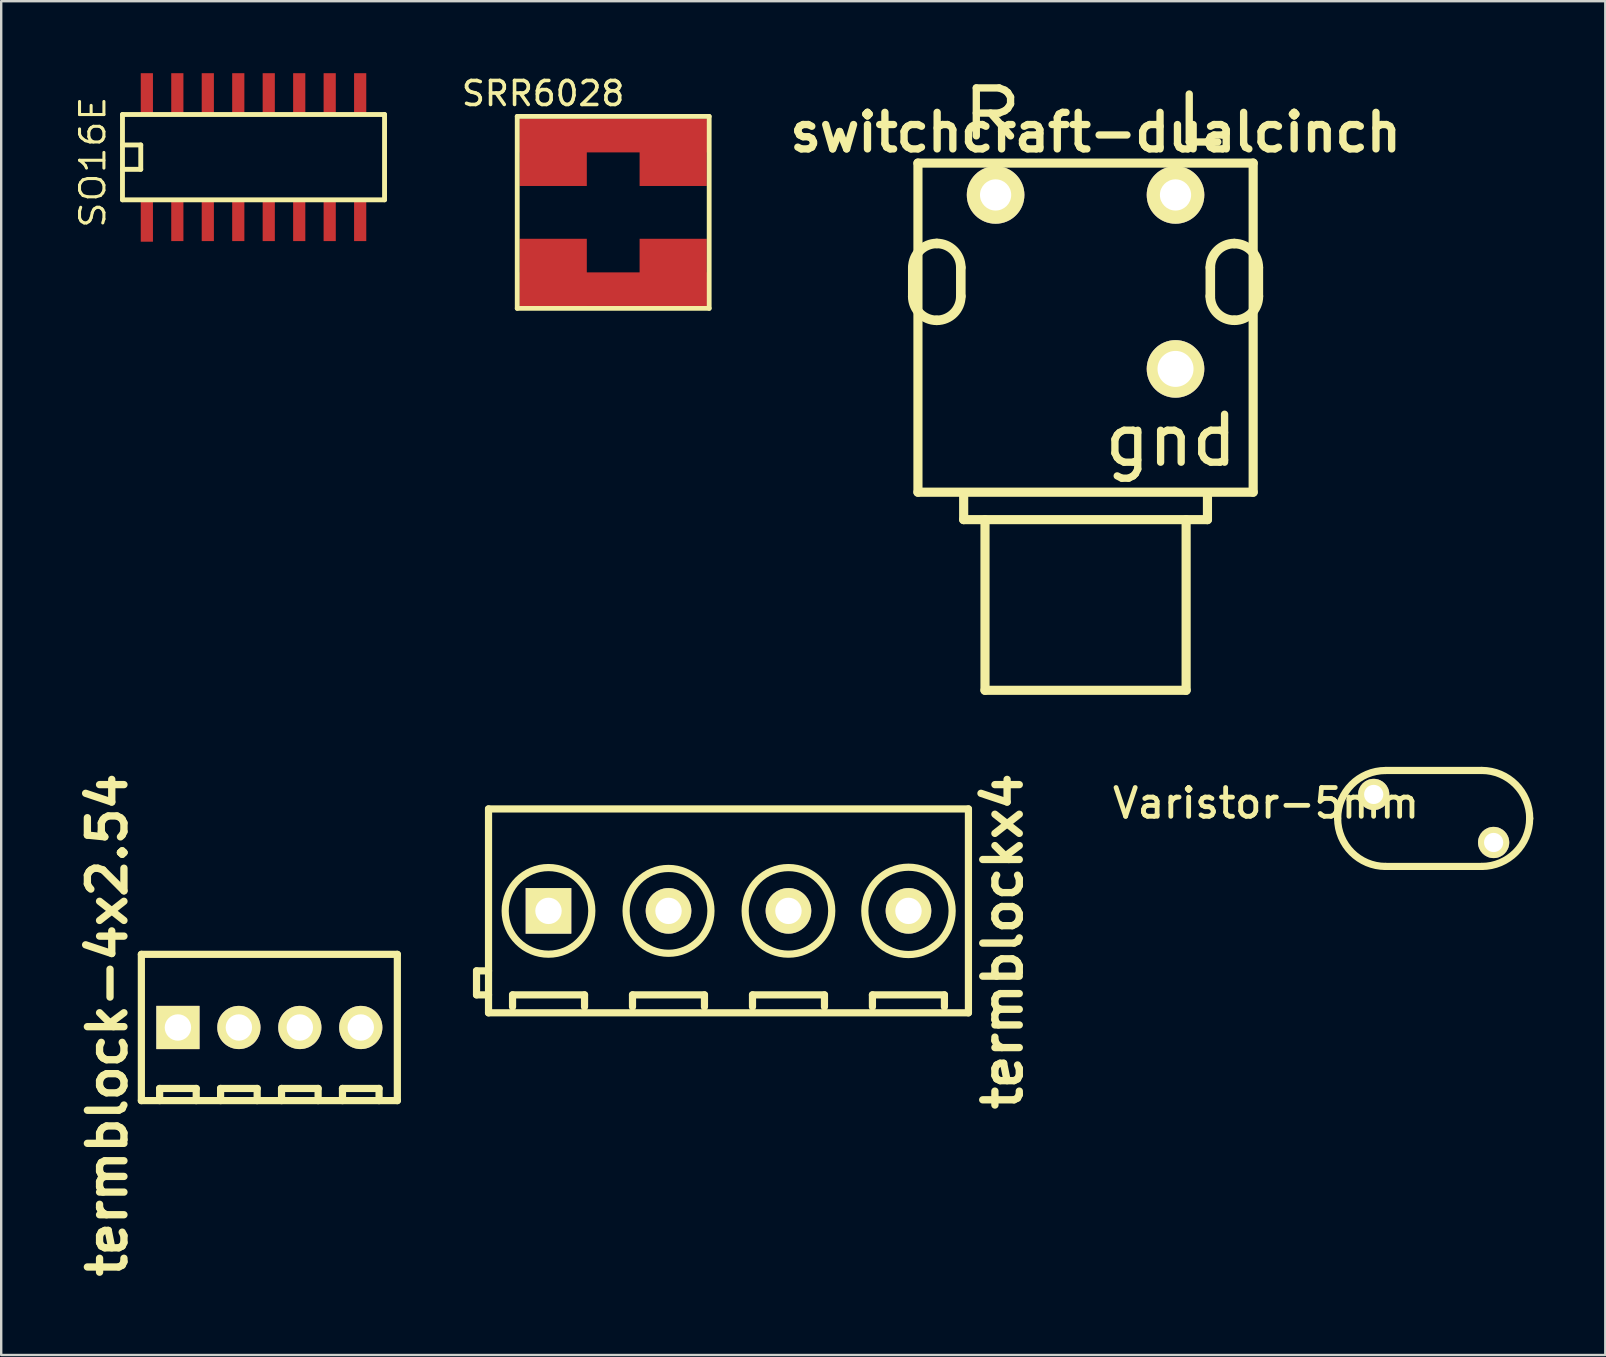
<source format=kicad_pcb>
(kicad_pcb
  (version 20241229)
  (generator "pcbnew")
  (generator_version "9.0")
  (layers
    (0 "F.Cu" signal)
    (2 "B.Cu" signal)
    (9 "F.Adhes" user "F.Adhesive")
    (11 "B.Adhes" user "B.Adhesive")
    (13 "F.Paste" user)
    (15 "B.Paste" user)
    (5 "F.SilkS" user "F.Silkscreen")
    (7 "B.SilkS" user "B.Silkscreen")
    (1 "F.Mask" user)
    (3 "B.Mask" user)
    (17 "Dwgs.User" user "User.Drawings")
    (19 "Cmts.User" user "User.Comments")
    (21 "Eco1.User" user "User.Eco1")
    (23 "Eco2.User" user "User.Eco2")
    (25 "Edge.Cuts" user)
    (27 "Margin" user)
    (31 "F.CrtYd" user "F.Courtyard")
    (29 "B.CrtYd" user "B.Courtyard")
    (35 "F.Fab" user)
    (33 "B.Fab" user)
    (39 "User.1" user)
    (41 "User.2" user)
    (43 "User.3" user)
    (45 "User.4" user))
  (footprint "Varistor-5mm"
    (layer "F.Cu")
    (at 56.697 31.059)
    (property "Reference" "Varistor-5mm" (at -6.985 -0.635 0) (layer "F.SilkS") (effects (font (size 1.199 1.199) (thickness 0.201))))
    (attr through_hole)
    (fp_line (start -1.999 -1.999) (end 1.999 -1.999) (stroke (width 0.3) (type solid)) (layer "F.SilkS"))
    (fp_line (start -1.999 1.999) (end 1.999 1.999) (stroke (width 0.3) (type solid)) (layer "F.SilkS"))
    (fp_arc (start -4.0005 0) (mid -3.415012 -1.413492) (end -2.00152 -1.99898) (stroke (width 0.29972) (type solid)) (layer "F.SilkS"))
    (fp_arc (start -2.00152 1.99898) (mid -3.415012 1.413492) (end -4.0005 0) (stroke (width 0.29972) (type solid)) (layer "F.SilkS"))
    (fp_arc (start 2.00152 -2.00152) (mid 3.416808 -1.415288) (end 4.00304 0) (stroke (width 0.29972) (type solid)) (layer "F.SilkS"))
    (fp_arc (start 4.0005 0) (mid 3.415012 1.413492) (end 2.00152 1.99898) (stroke (width 0.29972) (type solid)) (layer "F.SilkS"))
    (pad "1" thru_hole circle (at 2.499 1.001) (size 1.3 1.3) (drill 0.8) (layers "*.Cu" "*.Mask" "F.SilkS"))
    (pad "2" thru_hole circle (at -2.499 -1.001) (size 1.3 1.3) (drill 0.8) (layers "*.Cu" "*.Mask" "F.SilkS")))
  (footprint "termblock-4x2.54"
    (layer "F.Cu")
    (at 8.175 39.77)
    (property "Reference" "termblock-4x2.54" (at -6.749 -0.107 90) (layer "F.SilkS") (effects (font (size 1.524 1.524) (thickness 0.305))))
    (attr through_hole)
    (fp_line (start -5.334 -3.048) (end 5.334 -3.048) (stroke (width 0.3) (type solid)) (layer "F.SilkS"))
    (fp_line (start -5.334 3.048) (end -5.334 -3.048) (stroke (width 0.3) (type solid)) (layer "F.SilkS"))
    (fp_line (start -4.572 2.54) (end -3.048 2.54) (stroke (width 0.3) (type solid)) (layer "F.SilkS"))
    (fp_line (start -4.572 3.048) (end -4.572 2.54) (stroke (width 0.3) (type solid)) (layer "F.SilkS"))
    (fp_line (start -3.048 2.54) (end -3.048 3.048) (stroke (width 0.3) (type solid)) (layer "F.SilkS"))
    (fp_line (start -2.032 2.54) (end -0.508 2.54) (stroke (width 0.3) (type solid)) (layer "F.SilkS"))
    (fp_line (start -2.032 3.048) (end -2.032 2.54) (stroke (width 0.3) (type solid)) (layer "F.SilkS"))
    (fp_line (start -0.508 2.54) (end -0.508 3.048) (stroke (width 0.3) (type solid)) (layer "F.SilkS"))
    (fp_line (start 0.508 2.54) (end 2.032 2.54) (stroke (width 0.3) (type solid)) (layer "F.SilkS"))
    (fp_line (start 0.508 3.048) (end 0.508 2.54) (stroke (width 0.3) (type solid)) (layer "F.SilkS"))
    (fp_line (start 2.032 2.54) (end 2.032 3.048) (stroke (width 0.3) (type solid)) (layer "F.SilkS"))
    (fp_line (start 3.048 2.54) (end 4.572 2.54) (stroke (width 0.3) (type solid)) (layer "F.SilkS"))
    (fp_line (start 3.048 3.048) (end 3.048 2.54) (stroke (width 0.3) (type solid)) (layer "F.SilkS"))
    (fp_line (start 4.572 2.54) (end 4.572 3.048) (stroke (width 0.3) (type solid)) (layer "F.SilkS"))
    (fp_line (start 5.334 -3.048) (end 5.334 3.048) (stroke (width 0.3) (type solid)) (layer "F.SilkS"))
    (fp_line (start 5.334 3.048) (end -5.334 3.048) (stroke (width 0.3) (type solid)) (layer "F.SilkS"))
    (pad "1" thru_hole rect (at -3.81 0) (size 1.801 1.801) (drill 1.1) (layers "*.Cu" "*.Mask" "F.SilkS"))
    (pad "2" thru_hole circle (at -1.27 0) (size 1.801 1.801) (drill 1.1) (layers "*.Cu" "*.Mask" "F.SilkS"))
    (pad "3" thru_hole circle (at 1.27 0) (size 1.801 1.801) (drill 1.1) (layers "*.Cu" "*.Mask" "F.SilkS"))
    (pad "4" thru_hole circle (at 3.81 0) (size 1.801 1.801) (drill 1.1) (layers "*.Cu" "*.Mask" "F.SilkS")))
  (footprint "termblockx4"
    (layer "F.Cu")
    (at 27.309 34.91)
    (property "Reference" "termblockx4" (at 11.43 1.27 90) (layer "F.SilkS") (effects (font (size 1.524 1.524) (thickness 0.305))))
    (attr through_hole)
    (fp_line (start -10.5 2.499) (end -10 2.499) (stroke (width 0.3) (type solid)) (layer "F.SilkS"))
    (fp_line (start -10.5 3.5) (end -10.5 2.499) (stroke (width 0.3) (type solid)) (layer "F.SilkS"))
    (fp_line (start -10 -4.249) (end 10 -4.249) (stroke (width 0.3) (type solid)) (layer "F.SilkS"))
    (fp_line (start -10 3.5) (end -10.5 3.5) (stroke (width 0.3) (type solid)) (layer "F.SilkS"))
    (fp_line (start -10 4.249) (end -10 -4.249) (stroke (width 0.3) (type solid)) (layer "F.SilkS"))
    (fp_line (start -8.999 3.5) (end -5.999 3.5) (stroke (width 0.3) (type solid)) (layer "F.SilkS"))
    (fp_line (start -8.999 4) (end -8.999 3.5) (stroke (width 0.3) (type solid)) (layer "F.SilkS"))
    (fp_line (start -5.999 3.5) (end -5.999 4) (stroke (width 0.3) (type solid)) (layer "F.SilkS"))
    (fp_line (start -4 3.5) (end -1.001 3.5) (stroke (width 0.3) (type solid)) (layer "F.SilkS"))
    (fp_line (start -4 4) (end -4 3.5) (stroke (width 0.3) (type solid)) (layer "F.SilkS"))
    (fp_line (start -1.001 3.5) (end -1.001 4) (stroke (width 0.3) (type solid)) (layer "F.SilkS"))
    (fp_line (start 1.001 3.5) (end 1.001 4) (stroke (width 0.3) (type solid)) (layer "F.SilkS"))
    (fp_line (start 4 3.5) (end 1.001 3.5) (stroke (width 0.3) (type solid)) (layer "F.SilkS"))
    (fp_line (start 4 3.5) (end 4 4) (stroke (width 0.3) (type solid)) (layer "F.SilkS"))
    (fp_line (start 5.999 3.5) (end 5.999 4) (stroke (width 0.3) (type solid)) (layer "F.SilkS"))
    (fp_line (start 8.999 3.5) (end 5.999 3.5) (stroke (width 0.3) (type solid)) (layer "F.SilkS"))
    (fp_line (start 8.999 3.5) (end 8.999 4) (stroke (width 0.3) (type solid)) (layer "F.SilkS"))
    (fp_line (start 10 -4.249) (end 10 4.249) (stroke (width 0.3) (type solid)) (layer "F.SilkS"))
    (fp_line (start 10 4.249) (end -10 4.249) (stroke (width 0.3) (type solid)) (layer "F.SilkS"))
    (fp_circle (center -7.501 0) (end -5.999 -1.001) (stroke (width 0.3) (type solid)) (fill no) (layer "F.SilkS"))
    (fp_circle (center -2.499 0) (end -3.749 1.25) (stroke (width 0.3) (type solid)) (fill no) (layer "F.SilkS"))
    (fp_circle (center 2.499 0) (end 4 -1.001) (stroke (width 0.3) (type solid)) (fill no) (layer "F.SilkS"))
    (fp_circle (center 7.501 0) (end 8.001 -1.75) (stroke (width 0.3) (type solid)) (fill no) (layer "F.SilkS"))
    (pad "1" thru_hole rect (at -7.501 0) (size 1.9 1.9) (drill 1.1) (layers "*.Cu" "*.Mask" "F.SilkS"))
    (pad "2" thru_hole circle (at -2.499 0) (size 1.9 1.9) (drill 1.1) (layers "*.Cu" "*.Mask" "F.SilkS"))
    (pad "3" thru_hole circle (at 2.499 0) (size 1.9 1.9) (drill 1.1) (layers "*.Cu" "*.Mask" "F.SilkS"))
    (pad "4" thru_hole circle (at 7.501 0) (size 1.9 1.9) (drill 1.1) (layers "*.Cu" "*.Mask" "F.SilkS")))
  (footprint "switchcraft-dualcinch"
    (layer "F.Cu")
    (at 42.19 8.699)
    (property "Reference" "switchcraft-dualcinch" (at 0.419 -6.233 0) (layer "F.SilkS") (effects (font (size 1.524 1.524) (thickness 0.305))))
    (attr through_hole)
    (fp_line (start -7.201 -0.599) (end -7.201 0.599) (stroke (width 0.399) (type solid)) (layer "F.SilkS"))
    (fp_line (start -6.985 -4.953) (end -6.985 8.763) (stroke (width 0.381) (type solid)) (layer "F.SilkS"))
    (fp_line (start -6.985 8.763) (end 6.985 8.763) (stroke (width 0.381) (type solid)) (layer "F.SilkS"))
    (fp_line (start -5.199 -0.599) (end -5.199 0.599) (stroke (width 0.399) (type solid)) (layer "F.SilkS"))
    (fp_line (start -5.08 9.906) (end -5.08 8.89) (stroke (width 0.381) (type solid)) (layer "F.SilkS"))
    (fp_line (start -5.08 9.906) (end 5.08 9.906) (stroke (width 0.381) (type solid)) (layer "F.SilkS"))
    (fp_line (start -4.191 17.018) (end -4.191 9.906) (stroke (width 0.381) (type solid)) (layer "F.SilkS"))
    (fp_line (start -4.191 17.018) (end 4.191 17.018) (stroke (width 0.381) (type solid)) (layer "F.SilkS"))
    (fp_line (start 4.191 17.018) (end 4.191 9.906) (stroke (width 0.381) (type solid)) (layer "F.SilkS"))
    (fp_line (start 5.08 9.906) (end 5.08 8.89) (stroke (width 0.381) (type solid)) (layer "F.SilkS"))
    (fp_line (start 5.199 -0.599) (end 5.199 0.599) (stroke (width 0.399) (type solid)) (layer "F.SilkS"))
    (fp_line (start 6.985 -4.953) (end -6.985 -4.953) (stroke (width 0.381) (type solid)) (layer "F.SilkS"))
    (fp_line (start 6.985 8.763) (end 6.985 -4.953) (stroke (width 0.381) (type solid)) (layer "F.SilkS"))
    (fp_line (start 7.201 -0.599) (end 7.201 0.599) (stroke (width 0.399) (type solid)) (layer "F.SilkS"))
    (fp_arc (start -7.19836 -0.60198) (mid -6.905244 -1.309624) (end -6.1976 -1.60274) (stroke (width 0.39878) (type solid)) (layer "F.SilkS"))
    (fp_arc (start -6.20268 1.6002) (mid -6.910324 1.307084) (end -7.20344 0.59944) (stroke (width 0.39878) (type solid)) (layer "F.SilkS"))
    (fp_arc (start -6.20014 -1.60274) (mid -5.492496 -1.309624) (end -5.19938 -0.60198) (stroke (width 0.39878) (type solid)) (layer "F.SilkS"))
    (fp_arc (start -5.19938 0.59944) (mid -5.492496 1.307084) (end -6.20014 1.6002) (stroke (width 0.39878) (type solid)) (layer "F.SilkS"))
    (fp_arc (start 5.19938 -0.59944) (mid 5.492496 -1.307084) (end 6.20014 -1.6002) (stroke (width 0.39878) (type solid)) (layer "F.SilkS"))
    (fp_arc (start 6.1976 1.59766) (mid 5.489956 1.304544) (end 5.19684 0.5969) (stroke (width 0.39878) (type solid)) (layer "F.SilkS"))
    (fp_arc (start 6.20014 -1.59766) (mid 6.907784 -1.304544) (end 7.2009 -0.5969) (stroke (width 0.39878) (type solid)) (layer "F.SilkS"))
    (fp_arc (start 7.20344 0.5969) (mid 6.910324 1.304544) (end 6.20268 1.59766) (stroke (width 0.39878) (type solid)) (layer "F.SilkS"))
    (fp_text user "gnd" (at 3.556 6.604 0) (layer "F.SilkS") (effects (font (size 1.999 1.999) (thickness 0.305))))
    (fp_text user "R" (at -3.899 -6.995 0) (layer "F.SilkS") (effects (font (size 1.999 2.499) (thickness 0.305))))
    (fp_text user "L" (at 4.737 -6.741 0) (layer "F.SilkS") (effects (font (size 1.999 2.499) (thickness 0.305))))
    (pad "1" thru_hole circle (at -3.749 -3.625) (size 2.4 2.4) (drill 1.3) (layers "*.Cu" "*.Mask" "F.SilkS"))
    (pad "2" thru_hole circle (at 3.749 -3.625) (size 2.4 2.4) (drill 1.3) (layers "*.Cu" "*.Mask" "F.SilkS"))
    (pad "3" thru_hole circle (at 3.749 3.625) (size 2.4 2.4) (drill 1.5) (layers "*.Cu" "*.Mask" "F.SilkS")))
  (footprint "SRR6028"
    (layer "F.Cu")
    (at 22.505 5.801)
    (property "Reference" "SRR6028" (at -2.921 -4.953 0) (layer "F.SilkS") (effects (font (size 1 1) (thickness 0.15))))
    (attr smd)
    (fp_line (start -4 -4) (end 4 -4) (stroke (width 0.2) (type solid)) (layer "F.SilkS"))
    (fp_line (start -4 4) (end -4 -4) (stroke (width 0.2) (type solid)) (layer "F.SilkS"))
    (fp_line (start 4 -4) (end 4 4) (stroke (width 0.2) (type solid)) (layer "F.SilkS"))
    (fp_line (start 4 4) (end -4 4) (stroke (width 0.2) (type solid)) (layer "F.SilkS"))
    (pad "1" smd rect (at -2.5 -2.5) (size 2.8 2.8) (layers "F.Cu" "F.Mask" "F.Paste"))
    (pad "1" smd rect (at 0 -3.2) (size 7.8 1.4) (layers "F.Cu" "F.Mask" "F.Paste"))
    (pad "1" smd rect (at 2.5 -2.5) (size 2.8 2.8) (layers "F.Cu" "F.Mask" "F.Paste"))
    (pad "2" smd rect (at -2.5 2.5) (size 2.8 2.8) (layers "F.Cu" "F.Mask" "F.Paste"))
    (pad "2" smd rect (at 0 3.2) (size 7.8 1.4) (layers "F.Cu" "F.Mask" "F.Paste"))
    (pad "2" smd rect (at 2.5 2.5) (size 2.8 2.8) (layers "F.Cu" "F.Mask" "F.Paste")))
  (footprint "SO16E"
    (layer "F.Cu")
    (at 7.515 3.499)
    (property "Reference" "SO16E" (at -6.698 0.211 90) (layer "F.SilkS") (effects (font (size 1.016 1.143) (thickness 0.127))))
    (attr smd)
    (fp_line (start -5.461 -1.778) (end 5.461 -1.778) (stroke (width 0.203) (type solid)) (layer "F.SilkS"))
    (fp_line (start -5.461 -0.508) (end -4.699 -0.508) (stroke (width 0.203) (type solid)) (layer "F.SilkS"))
    (fp_line (start -5.461 1.778) (end -5.461 -1.778) (stroke (width 0.203) (type solid)) (layer "F.SilkS"))
    (fp_line (start -4.699 -0.508) (end -4.699 0.508) (stroke (width 0.203) (type solid)) (layer "F.SilkS"))
    (fp_line (start -4.699 0.508) (end -5.461 0.508) (stroke (width 0.203) (type solid)) (layer "F.SilkS"))
    (fp_line (start 5.461 -1.778) (end 5.461 1.778) (stroke (width 0.203) (type solid)) (layer "F.SilkS"))
    (fp_line (start 5.461 1.778) (end -5.461 1.778) (stroke (width 0.203) (type solid)) (layer "F.SilkS"))
    (pad "1" smd rect (at -4.445 2.649) (size 0.508 1.75) (layers "F.Cu" "F.Mask" "F.Paste"))
    (pad "2" smd rect (at -3.175 2.649) (size 0.508 1.699) (layers "F.Cu" "F.Mask" "F.Paste"))
    (pad "3" smd rect (at -1.905 2.649) (size 0.508 1.699) (layers "F.Cu" "F.Mask" "F.Paste"))
    (pad "4" smd rect (at -0.635 2.649) (size 0.508 1.699) (layers "F.Cu" "F.Mask" "F.Paste"))
    (pad "5" smd rect (at 0.635 2.649) (size 0.508 1.699) (layers "F.Cu" "F.Mask" "F.Paste"))
    (pad "6" smd rect (at 1.905 2.649) (size 0.508 1.699) (layers "F.Cu" "F.Mask" "F.Paste"))
    (pad "7" smd rect (at 3.175 2.649) (size 0.508 1.699) (layers "F.Cu" "F.Mask" "F.Paste"))
    (pad "8" smd rect (at 4.445 2.649) (size 0.508 1.699) (layers "F.Cu" "F.Mask" "F.Paste"))
    (pad "9" smd rect (at 4.445 -2.649) (size 0.508 1.699) (layers "F.Cu" "F.Mask" "F.Paste"))
    (pad "10" smd rect (at 3.175 -2.649) (size 0.508 1.699) (layers "F.Cu" "F.Mask" "F.Paste"))
    (pad "11" smd rect (at 1.905 -2.649) (size 0.508 1.699) (layers "F.Cu" "F.Mask" "F.Paste"))
    (pad "12" smd rect (at 0.635 -2.649) (size 0.508 1.699) (layers "F.Cu" "F.Mask" "F.Paste"))
    (pad "13" smd rect (at -0.635 -2.649) (size 0.508 1.699) (layers "F.Cu" "F.Mask" "F.Paste"))
    (pad "14" smd rect (at -1.905 -2.649) (size 0.508 1.699) (layers "F.Cu" "F.Mask" "F.Paste"))
    (pad "15" smd rect (at -3.175 -2.649) (size 0.508 1.699) (layers "F.Cu" "F.Mask" "F.Paste"))
    (pad "16" smd rect (at -4.445 -2.649) (size 0.508 1.699) (layers "F.Cu" "F.Mask" "F.Paste")))
  (gr_rect
    (start -3 -3)
    (end 63.85 53.418)
    (stroke (width 0.1) (type default))
    (fill no)
    (layer "Edge.Cuts")))
</source>
